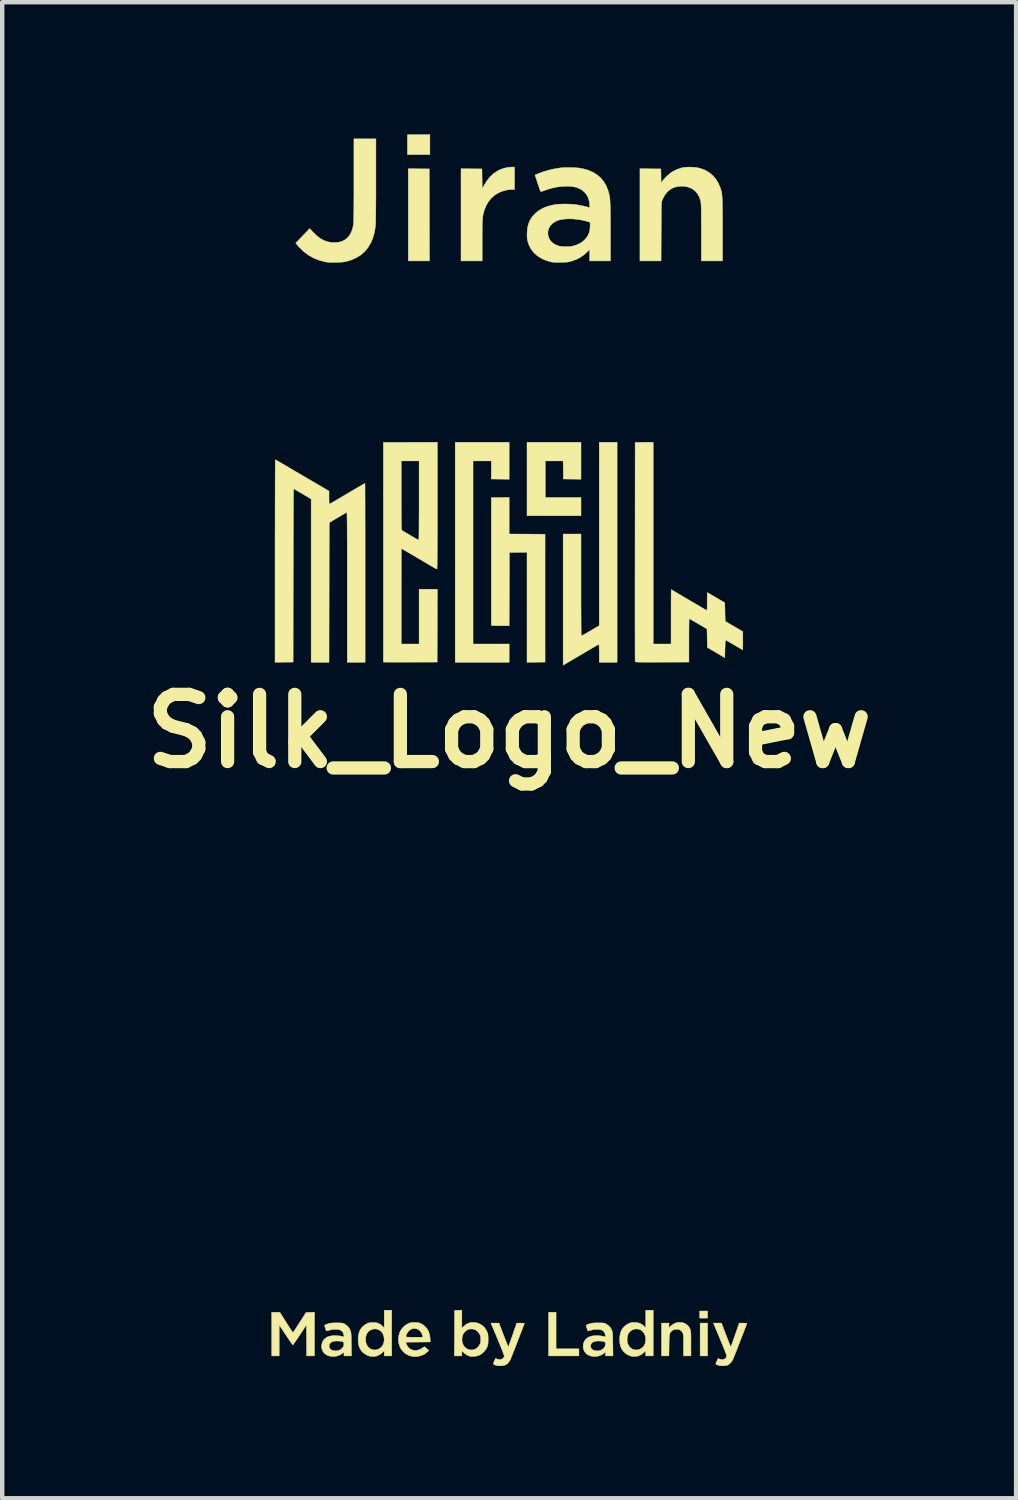
<source format=kicad_pcb>
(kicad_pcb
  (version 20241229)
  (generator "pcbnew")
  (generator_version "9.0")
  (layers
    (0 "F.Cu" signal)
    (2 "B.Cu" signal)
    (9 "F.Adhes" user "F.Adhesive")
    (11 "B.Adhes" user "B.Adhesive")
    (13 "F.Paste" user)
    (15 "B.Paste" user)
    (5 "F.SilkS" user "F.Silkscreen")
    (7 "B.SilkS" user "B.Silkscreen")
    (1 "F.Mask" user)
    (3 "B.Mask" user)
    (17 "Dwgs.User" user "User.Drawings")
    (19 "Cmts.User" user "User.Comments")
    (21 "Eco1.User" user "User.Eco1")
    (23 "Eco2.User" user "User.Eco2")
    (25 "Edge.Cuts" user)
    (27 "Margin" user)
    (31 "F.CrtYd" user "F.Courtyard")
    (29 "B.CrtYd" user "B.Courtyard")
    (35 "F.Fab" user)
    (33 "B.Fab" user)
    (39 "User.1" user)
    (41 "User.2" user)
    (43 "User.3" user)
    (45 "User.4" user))
  (footprint "Silk_Logo_New"
    (layer "F.Cu")
    (at 8.498 13.533)
    (property "Reference" "Silk_Logo_New" (at 0 0 0) (layer "F.SilkS") (effects (font (size 1.524 1.524) (thickness 0.3))))
    (attr through_hole)
    (fp_poly (pts (xy -1.798 -13.077) (xy -2.307 -13.077) (xy -2.307 -13.528) (xy -1.798 -13.528) (xy -1.798 -13.077)) (stroke (width 0.01) (type solid)) (fill yes) (layer "F.SilkS"))
    (fp_poly (pts (xy 4.5 13.312) (xy 4.321 13.312) (xy 4.321 13.152) (xy 4.5 13.152) (xy 4.5 13.312)) (stroke (width 0.01) (type solid)) (fill yes) (layer "F.SilkS"))
    (fp_poly (pts (xy 4.5 14.169) (xy 4.331 14.169) (xy 4.331 13.425) (xy 4.5 13.425) (xy 4.5 14.169)) (stroke (width 0.01) (type solid)) (fill yes) (layer "F.SilkS"))
    (fp_poly (pts (xy -2.05 -12.754) (xy -1.812 -12.752) (xy -1.81 -11.709) (xy -1.807 -10.666) (xy -2.288 -10.666) (xy -2.288 -12.757) (xy -2.05 -12.754)) (stroke (width 0.01) (type solid)) (fill yes) (layer "F.SilkS"))
    (fp_poly (pts (xy 1.064 14.009) (xy 1.582 14.009) (xy 1.582 14.169) (xy 0.894 14.169) (xy 0.894 13.18) (xy 1.064 13.18) (xy 1.064 14.009)) (stroke (width 0.01) (type solid)) (fill yes) (layer "F.SilkS"))
    (fp_poly (pts (xy 0 -5.714) (xy -0.407 -5.719) (xy -0.405 -5.924) (xy -0.404 -6.129) (xy -0.819 -6.129) (xy -0.819 -1.977) (xy 0 -1.977) (xy 0 -1.563) (xy -1.224 -1.563) (xy -1.224 -6.552) (xy 0 -6.552) (xy 0 -5.714)) (stroke (width 0.01) (type solid)) (fill yes) (layer "F.SilkS"))
    (fp_poly (pts (xy 1.629 -5.714) (xy 1.429 -5.717) (xy 1.229 -5.719) (xy 1.224 -6.129) (xy 0.819 -6.129) (xy 0.819 -5.3) (xy 1.629 -5.3) (xy 1.629 -4.886) (xy 0.405 -4.886) (xy 0.405 -6.552) (xy 1.629 -6.552) (xy 1.629 -5.714)) (stroke (width 0.01) (type solid)) (fill yes) (layer "F.SilkS"))
    (fp_poly (pts (xy 0 -4.472) (xy 0.407 -4.47) (xy 0.814 -4.467) (xy 0.814 -1.567) (xy 0.405 -1.562) (xy 0.405 -4.058) (xy 0.205 -4.055) (xy 0.005 -4.053) (xy -0.000103 -2.391) (xy -0.202 -2.391) (xy -0.275 -2.392) (xy -0.332 -2.393) (xy -0.374 -2.395) (xy -0.398 -2.398) (xy -0.405 -2.401) (xy -0.405 -2.411) (xy -0.405 -2.439) (xy -0.405 -2.484) (xy -0.405 -2.545) (xy -0.405 -2.62) (xy -0.405 -2.709) (xy -0.405 -2.811) (xy -0.405 -2.924) (xy -0.405 -3.048) (xy -0.405 -3.182) (xy -0.405 -3.324) (xy -0.405 -3.474) (xy -0.405 -3.63) (xy -0.405 -3.791) (xy -0.405 -3.853) (xy -0.405 -5.296) (xy -0.202 -5.298) (xy 0 -5.301) (xy 0 -4.472)) (stroke (width 0.01) (type solid)) (fill yes) (layer "F.SilkS"))
    (fp_poly (pts (xy 0.122 -12.286) (xy 0.061 -12.286) (xy -0.041 -12.277) (xy -0.145 -12.25) (xy -0.235 -12.214) (xy -0.325 -12.16) (xy -0.404 -12.091) (xy -0.471 -12.008) (xy -0.526 -11.911) (xy -0.564 -11.815) (xy -0.575 -11.782) (xy -0.583 -11.75) (xy -0.591 -11.717) (xy -0.596 -11.681) (xy -0.601 -11.64) (xy -0.605 -11.592) (xy -0.608 -11.536) (xy -0.61 -11.47) (xy -0.611 -11.391) (xy -0.612 -11.298) (xy -0.612 -11.19) (xy -0.612 -11.125) (xy -0.612 -10.666) (xy -1.092 -10.666) (xy -1.092 -12.757) (xy -0.854 -12.754) (xy -0.617 -12.752) (xy -0.614 -12.526) (xy -0.611 -12.3) (xy -0.57 -12.378) (xy -0.504 -12.484) (xy -0.429 -12.576) (xy -0.346 -12.652) (xy -0.256 -12.711) (xy -0.193 -12.741) (xy -0.13 -12.763) (xy -0.059 -12.78) (xy 0.011 -12.791) (xy 0.066 -12.794) (xy 0.122 -12.794) (xy 0.122 -12.286)) (stroke (width 0.01) (type solid)) (fill yes) (layer "F.SilkS"))
    (fp_poly (pts (xy -4.415 14.169) (xy -4.594 14.169) (xy -4.596 13.819) (xy -4.599 13.469) (xy -4.75 13.696) (xy -4.788 13.754) (xy -4.824 13.806) (xy -4.855 13.851) (xy -4.88 13.886) (xy -4.897 13.91) (xy -4.907 13.921) (xy -4.907 13.921) (xy -4.914 13.913) (xy -4.93 13.891) (xy -4.953 13.858) (xy -4.983 13.815) (xy -5.018 13.763) (xy -5.056 13.707) (xy -5.065 13.693) (xy -5.216 13.467) (xy -5.216 13.818) (xy -5.216 14.169) (xy -5.385 14.169) (xy -5.385 13.18) (xy -5.293 13.18) (xy -5.201 13.181) (xy -5.056 13.411) (xy -5.018 13.469) (xy -4.984 13.523) (xy -4.954 13.568) (xy -4.93 13.604) (xy -4.914 13.629) (xy -4.905 13.641) (xy -4.905 13.641) (xy -4.899 13.633) (xy -4.884 13.612) (xy -4.861 13.579) (xy -4.833 13.536) (xy -4.799 13.484) (xy -4.762 13.427) (xy -4.753 13.413) (xy -4.607 13.185) (xy -4.415 13.179) (xy -4.415 14.169)) (stroke (width 0.01) (type solid)) (fill yes) (layer "F.SilkS"))
    (fp_poly (pts (xy 3.918 13.411) (xy 3.977 13.429) (xy 4.029 13.46) (xy 4.072 13.503) (xy 4.103 13.559) (xy 4.104 13.563) (xy 4.11 13.579) (xy 4.114 13.595) (xy 4.118 13.615) (xy 4.12 13.64) (xy 4.122 13.673) (xy 4.123 13.716) (xy 4.123 13.772) (xy 4.123 13.843) (xy 4.123 13.891) (xy 4.123 14.169) (xy 3.954 14.169) (xy 3.954 13.926) (xy 3.954 13.852) (xy 3.954 13.794) (xy 3.953 13.75) (xy 3.951 13.717) (xy 3.949 13.693) (xy 3.946 13.675) (xy 3.942 13.66) (xy 3.936 13.647) (xy 3.933 13.641) (xy 3.904 13.601) (xy 3.866 13.576) (xy 3.817 13.565) (xy 3.801 13.564) (xy 3.745 13.571) (xy 3.699 13.593) (xy 3.675 13.615) (xy 3.662 13.63) (xy 3.652 13.646) (xy 3.644 13.665) (xy 3.638 13.69) (xy 3.634 13.723) (xy 3.631 13.766) (xy 3.629 13.822) (xy 3.627 13.894) (xy 3.627 13.931) (xy 3.623 14.169) (xy 3.455 14.169) (xy 3.455 13.425) (xy 3.625 13.425) (xy 3.625 13.53) (xy 3.677 13.483) (xy 3.733 13.442) (xy 3.794 13.417) (xy 3.856 13.407) (xy 3.918 13.411)) (stroke (width 0.01) (type solid)) (fill yes) (layer "F.SilkS"))
    (fp_poly (pts (xy 2.448 -1.563) (xy 2.043 -1.563) (xy 2.043 -1.765) (xy 2.043 -1.829) (xy 2.041 -1.883) (xy 2.04 -1.926) (xy 2.038 -1.954) (xy 2.035 -1.967) (xy 2.034 -1.968) (xy 2.027 -1.966) (xy 2.013 -1.959) (xy 1.991 -1.946) (xy 1.958 -1.928) (xy 1.913 -1.902) (xy 1.856 -1.868) (xy 1.784 -1.826) (xy 1.76 -1.812) (xy 1.667 -1.757) (xy 1.585 -1.709) (xy 1.512 -1.666) (xy 1.443 -1.625) (xy 1.417 -1.61) (xy 1.381 -1.589) (xy 1.35 -1.571) (xy 1.329 -1.558) (xy 1.323 -1.554) (xy 1.31 -1.546) (xy 1.286 -1.532) (xy 1.269 -1.522) (xy 1.224 -1.496) (xy 1.224 -4.472) (xy 1.629 -4.472) (xy 1.629 -3.319) (xy 1.629 -3.173) (xy 1.629 -3.033) (xy 1.629 -2.899) (xy 1.63 -2.772) (xy 1.63 -2.654) (xy 1.631 -2.546) (xy 1.631 -2.449) (xy 1.632 -2.365) (xy 1.633 -2.293) (xy 1.633 -2.236) (xy 1.634 -2.194) (xy 1.635 -2.169) (xy 1.636 -2.162) (xy 1.645 -2.166) (xy 1.669 -2.177) (xy 1.704 -2.196) (xy 1.749 -2.221) (xy 1.8 -2.251) (xy 1.843 -2.276) (xy 2.043 -2.393) (xy 2.043 -6.552) (xy 2.448 -6.552) (xy 2.448 -1.563)) (stroke (width 0.01) (type solid)) (fill yes) (layer "F.SilkS"))
    (fp_poly (pts (xy -2.664 14.169) (xy -2.834 14.169) (xy -2.834 14.052) (xy -2.878 14.096) (xy -2.938 14.142) (xy -3.005 14.172) (xy -3.077 14.184) (xy -3.151 14.178) (xy -3.173 14.173) (xy -3.224 14.153) (xy -3.276 14.123) (xy -3.321 14.087) (xy -3.347 14.059) (xy -3.382 14.006) (xy -3.406 13.951) (xy -3.419 13.888) (xy -3.425 13.819) (xy -3.425 13.801) (xy -3.257 13.801) (xy -3.25 13.867) (xy -3.228 13.924) (xy -3.195 13.971) (xy -3.152 14.006) (xy -3.102 14.028) (xy -3.047 14.035) (xy -2.989 14.026) (xy -2.96 14.014) (xy -2.907 13.98) (xy -2.868 13.933) (xy -2.844 13.875) (xy -2.834 13.806) (xy -2.834 13.795) (xy -2.842 13.728) (xy -2.863 13.67) (xy -2.896 13.622) (xy -2.939 13.586) (xy -2.989 13.564) (xy -3.044 13.556) (xy -3.102 13.565) (xy -3.142 13.581) (xy -3.191 13.615) (xy -3.227 13.662) (xy -3.249 13.722) (xy -3.257 13.795) (xy -3.257 13.801) (xy -3.425 13.801) (xy -3.422 13.724) (xy -3.405 13.641) (xy -3.374 13.57) (xy -3.329 13.511) (xy -3.269 13.462) (xy -3.221 13.436) (xy -3.189 13.422) (xy -3.16 13.415) (xy -3.125 13.411) (xy -3.088 13.411) (xy -3.023 13.415) (xy -2.97 13.429) (xy -2.922 13.454) (xy -2.877 13.491) (xy -2.834 13.531) (xy -2.834 13.133) (xy -2.664 13.133) (xy -2.664 14.169)) (stroke (width 0.01) (type solid)) (fill yes) (layer "F.SilkS"))
    (fp_poly (pts (xy 3.267 14.169) (xy 3.097 14.169) (xy 3.097 14.052) (xy 3.053 14.096) (xy 2.993 14.142) (xy 2.926 14.172) (xy 2.854 14.184) (xy 2.781 14.178) (xy 2.758 14.173) (xy 2.707 14.153) (xy 2.655 14.123) (xy 2.61 14.087) (xy 2.584 14.059) (xy 2.549 14.006) (xy 2.526 13.951) (xy 2.512 13.888) (xy 2.506 13.819) (xy 2.506 13.801) (xy 2.674 13.801) (xy 2.681 13.867) (xy 2.703 13.924) (xy 2.736 13.971) (xy 2.779 14.006) (xy 2.829 14.028) (xy 2.884 14.035) (xy 2.942 14.026) (xy 2.971 14.014) (xy 3.024 13.98) (xy 3.063 13.933) (xy 3.087 13.875) (xy 3.097 13.806) (xy 3.097 13.795) (xy 3.09 13.728) (xy 3.068 13.67) (xy 3.035 13.622) (xy 2.992 13.586) (xy 2.942 13.564) (xy 2.887 13.556) (xy 2.829 13.565) (xy 2.79 13.581) (xy 2.74 13.615) (xy 2.704 13.662) (xy 2.682 13.722) (xy 2.674 13.795) (xy 2.674 13.801) (xy 2.506 13.801) (xy 2.509 13.724) (xy 2.526 13.641) (xy 2.557 13.57) (xy 2.602 13.511) (xy 2.662 13.462) (xy 2.71 13.436) (xy 2.742 13.422) (xy 2.771 13.415) (xy 2.806 13.411) (xy 2.843 13.411) (xy 2.908 13.415) (xy 2.961 13.429) (xy 3.009 13.454) (xy 3.054 13.491) (xy 3.097 13.531) (xy 3.097 13.133) (xy 3.267 13.133) (xy 3.267 14.169)) (stroke (width 0.01) (type solid)) (fill yes) (layer "F.SilkS"))
    (fp_poly (pts (xy -3.022 -12.499) (xy -3.022 -12.318) (xy -3.022 -12.153) (xy -3.023 -12.005) (xy -3.024 -11.873) (xy -3.025 -11.759) (xy -3.026 -11.662) (xy -3.027 -11.583) (xy -3.029 -11.522) (xy -3.031 -11.48) (xy -3.032 -11.461) (xy -3.054 -11.319) (xy -3.09 -11.189) (xy -3.139 -11.073) (xy -3.201 -10.969) (xy -3.277 -10.878) (xy -3.366 -10.801) (xy -3.469 -10.737) (xy -3.584 -10.686) (xy -3.67 -10.66) (xy -3.709 -10.651) (xy -3.744 -10.644) (xy -3.782 -10.639) (xy -3.827 -10.636) (xy -3.883 -10.634) (xy -3.926 -10.633) (xy -4.011 -10.632) (xy -4.079 -10.634) (xy -4.133 -10.638) (xy -4.159 -10.642) (xy -4.3 -10.678) (xy -4.431 -10.729) (xy -4.551 -10.796) (xy -4.662 -10.879) (xy -4.764 -10.979) (xy -4.805 -11.027) (xy -4.841 -11.071) (xy -4.682 -11.235) (xy -4.524 -11.399) (xy -4.45 -11.32) (xy -4.366 -11.238) (xy -4.284 -11.175) (xy -4.2 -11.129) (xy -4.113 -11.098) (xy -4.021 -11.083) (xy -3.965 -11.081) (xy -3.871 -11.088) (xy -3.787 -11.111) (xy -3.715 -11.149) (xy -3.654 -11.202) (xy -3.604 -11.27) (xy -3.566 -11.353) (xy -3.539 -11.45) (xy -3.531 -11.499) (xy -3.529 -11.523) (xy -3.527 -11.566) (xy -3.526 -11.627) (xy -3.525 -11.706) (xy -3.523 -11.803) (xy -3.523 -11.918) (xy -3.522 -12.05) (xy -3.521 -12.199) (xy -3.521 -12.366) (xy -3.521 -12.503) (xy -3.521 -13.434) (xy -3.022 -13.434) (xy -3.022 -12.499)) (stroke (width 0.01) (type solid)) (fill yes) (layer "F.SilkS"))
    (fp_poly (pts (xy 0.304 13.426) (xy 0.331 13.428) (xy 0.344 13.432) (xy 0.346 13.437) (xy 0.341 13.448) (xy 0.331 13.474) (xy 0.315 13.515) (xy 0.295 13.567) (xy 0.271 13.63) (xy 0.243 13.701) (xy 0.214 13.778) (xy 0.195 13.826) (xy 0.164 13.907) (xy 0.134 13.985) (xy 0.106 14.056) (xy 0.081 14.119) (xy 0.06 14.172) (xy 0.044 14.212) (xy 0.034 14.238) (xy 0.031 14.245) (xy 0.002 14.296) (xy -0.036 14.34) (xy -0.078 14.371) (xy -0.089 14.377) (xy -0.125 14.387) (xy -0.172 14.393) (xy -0.222 14.394) (xy -0.269 14.39) (xy -0.301 14.382) (xy -0.335 14.369) (xy -0.353 14.359) (xy -0.359 14.345) (xy -0.353 14.323) (xy -0.338 14.289) (xy -0.309 14.227) (xy -0.277 14.24) (xy -0.227 14.253) (xy -0.183 14.25) (xy -0.146 14.231) (xy -0.118 14.198) (xy -0.118 14.197) (xy -0.115 14.192) (xy -0.113 14.186) (xy -0.112 14.18) (xy -0.113 14.171) (xy -0.116 14.158) (xy -0.121 14.14) (xy -0.129 14.117) (xy -0.141 14.086) (xy -0.156 14.047) (xy -0.175 13.999) (xy -0.199 13.94) (xy -0.228 13.869) (xy -0.263 13.786) (xy -0.303 13.688) (xy -0.35 13.576) (xy -0.401 13.456) (xy -0.413 13.425) (xy -0.322 13.425) (xy -0.231 13.425) (xy -0.127 13.698) (xy -0.101 13.764) (xy -0.078 13.825) (xy -0.057 13.877) (xy -0.04 13.919) (xy -0.027 13.948) (xy -0.019 13.962) (xy -0.018 13.963) (xy -0.014 13.953) (xy -0.004 13.927) (xy 0.01 13.888) (xy 0.028 13.838) (xy 0.049 13.779) (xy 0.072 13.714) (xy 0.08 13.691) (xy 0.172 13.425) (xy 0.261 13.425) (xy 0.304 13.426)) (stroke (width 0.01) (type solid)) (fill yes) (layer "F.SilkS"))
    (fp_poly (pts (xy 5.351 13.426) (xy 5.377 13.428) (xy 5.39 13.432) (xy 5.392 13.437) (xy 5.387 13.448) (xy 5.377 13.474) (xy 5.361 13.515) (xy 5.341 13.567) (xy 5.317 13.63) (xy 5.29 13.701) (xy 5.26 13.778) (xy 5.241 13.826) (xy 5.21 13.907) (xy 5.18 13.985) (xy 5.152 14.056) (xy 5.127 14.119) (xy 5.106 14.172) (xy 5.09 14.212) (xy 5.08 14.238) (xy 5.077 14.245) (xy 5.048 14.296) (xy 5.01 14.34) (xy 4.968 14.371) (xy 4.957 14.377) (xy 4.921 14.387) (xy 4.874 14.393) (xy 4.824 14.394) (xy 4.777 14.39) (xy 4.745 14.382) (xy 4.711 14.369) (xy 4.693 14.359) (xy 4.687 14.345) (xy 4.693 14.323) (xy 4.709 14.289) (xy 4.738 14.227) (xy 4.769 14.24) (xy 4.819 14.253) (xy 4.863 14.25) (xy 4.9 14.231) (xy 4.928 14.198) (xy 4.928 14.197) (xy 4.931 14.192) (xy 4.933 14.186) (xy 4.934 14.18) (xy 4.933 14.171) (xy 4.93 14.158) (xy 4.925 14.14) (xy 4.917 14.117) (xy 4.905 14.086) (xy 4.89 14.047) (xy 4.871 13.999) (xy 4.847 13.94) (xy 4.818 13.869) (xy 4.783 13.786) (xy 4.743 13.688) (xy 4.696 13.576) (xy 4.646 13.456) (xy 4.633 13.425) (xy 4.724 13.425) (xy 4.815 13.425) (xy 4.919 13.698) (xy 4.945 13.764) (xy 4.968 13.825) (xy 4.989 13.877) (xy 5.007 13.919) (xy 5.019 13.948) (xy 5.027 13.962) (xy 5.028 13.963) (xy 5.032 13.953) (xy 5.042 13.927) (xy 5.056 13.888) (xy 5.074 13.838) (xy 5.095 13.779) (xy 5.118 13.714) (xy 5.126 13.691) (xy 5.218 13.425) (xy 5.307 13.425) (xy 5.351 13.426)) (stroke (width 0.01) (type solid)) (fill yes) (layer "F.SilkS"))
    (fp_poly (pts (xy -1.073 13.542) (xy -1.029 13.498) (xy -0.974 13.453) (xy -0.917 13.425) (xy -0.854 13.41) (xy -0.847 13.409) (xy -0.772 13.41) (xy -0.699 13.429) (xy -0.633 13.463) (xy -0.574 13.511) (xy -0.527 13.572) (xy -0.497 13.631) (xy -0.488 13.657) (xy -0.481 13.684) (xy -0.478 13.715) (xy -0.476 13.756) (xy -0.476 13.797) (xy -0.477 13.849) (xy -0.479 13.888) (xy -0.484 13.918) (xy -0.491 13.945) (xy -0.498 13.964) (xy -0.528 14.02) (xy -0.571 14.074) (xy -0.621 14.12) (xy -0.674 14.152) (xy -0.675 14.153) (xy -0.728 14.17) (xy -0.786 14.181) (xy -0.843 14.183) (xy -0.887 14.178) (xy -0.955 14.152) (xy -1.013 14.111) (xy -1.026 14.099) (xy -1.046 14.079) (xy -1.061 14.067) (xy -1.066 14.065) (xy -1.07 14.074) (xy -1.073 14.096) (xy -1.073 14.117) (xy -1.073 14.169) (xy -1.243 14.169) (xy -1.241 13.792) (xy -1.071 13.792) (xy -1.065 13.854) (xy -1.046 13.912) (xy -1.014 13.963) (xy -0.999 13.978) (xy -0.949 14.014) (xy -0.893 14.032) (xy -0.834 14.034) (xy -0.776 14.018) (xy -0.748 14.003) (xy -0.705 13.968) (xy -0.674 13.924) (xy -0.659 13.895) (xy -0.65 13.869) (xy -0.646 13.841) (xy -0.645 13.801) (xy -0.645 13.797) (xy -0.646 13.756) (xy -0.65 13.727) (xy -0.658 13.701) (xy -0.672 13.673) (xy -0.674 13.67) (xy -0.711 13.618) (xy -0.754 13.583) (xy -0.805 13.563) (xy -0.842 13.558) (xy -0.897 13.56) (xy -0.943 13.575) (xy -0.986 13.604) (xy -1.009 13.626) (xy -1.044 13.674) (xy -1.064 13.731) (xy -1.071 13.792) (xy -1.241 13.792) (xy -1.24 13.653) (xy -1.238 13.138) (xy -1.073 13.132) (xy -1.073 13.542)) (stroke (width 0.01) (type solid)) (fill yes) (layer "F.SilkS"))
    (fp_poly (pts (xy -2.101 13.412) (xy -2.068 13.415) (xy -2.04 13.421) (xy -2.011 13.433) (xy -1.998 13.438) (xy -1.939 13.474) (xy -1.888 13.522) (xy -1.847 13.577) (xy -1.827 13.617) (xy -1.812 13.665) (xy -1.8 13.717) (xy -1.792 13.768) (xy -1.79 13.81) (xy -1.79 13.821) (xy -1.793 13.853) (xy -2.069 13.856) (xy -2.345 13.858) (xy -2.339 13.879) (xy -2.312 13.941) (xy -2.273 13.99) (xy -2.223 14.025) (xy -2.165 14.043) (xy -2.127 14.046) (xy -2.073 14.039) (xy -2.018 14.02) (xy -1.97 13.993) (xy -1.967 13.99) (xy -1.945 13.974) (xy -1.928 13.963) (xy -1.923 13.962) (xy -1.913 13.968) (xy -1.893 13.984) (xy -1.869 14.005) (xy -1.822 14.049) (xy -1.864 14.086) (xy -1.915 14.125) (xy -1.967 14.152) (xy -2.029 14.171) (xy -2.042 14.174) (xy -2.09 14.183) (xy -2.13 14.186) (xy -2.171 14.183) (xy -2.205 14.178) (xy -2.282 14.156) (xy -2.35 14.12) (xy -2.407 14.07) (xy -2.453 14.011) (xy -2.486 13.943) (xy -2.507 13.869) (xy -2.513 13.791) (xy -2.505 13.72) (xy -2.342 13.72) (xy -2.34 13.731) (xy -2.331 13.738) (xy -2.313 13.742) (xy -2.283 13.744) (xy -2.239 13.745) (xy -2.179 13.745) (xy -2.151 13.745) (xy -1.959 13.745) (xy -1.964 13.714) (xy -1.973 13.685) (xy -1.986 13.653) (xy -1.987 13.651) (xy -2.02 13.603) (xy -2.061 13.57) (xy -2.108 13.551) (xy -2.158 13.547) (xy -2.207 13.557) (xy -2.252 13.58) (xy -2.292 13.617) (xy -2.323 13.667) (xy -2.331 13.686) (xy -2.338 13.706) (xy -2.342 13.72) (xy -2.505 13.72) (xy -2.504 13.71) (xy -2.479 13.63) (xy -2.466 13.603) (xy -2.422 13.537) (xy -2.364 13.481) (xy -2.297 13.44) (xy -2.266 13.426) (xy -2.239 13.417) (xy -2.211 13.413) (xy -2.175 13.411) (xy -2.146 13.411) (xy -2.101 13.412)) (stroke (width 0.01) (type solid)) (fill yes) (layer "F.SilkS"))
    (fp_poly (pts (xy 4.138 -12.792) (xy 4.213 -12.787) (xy 4.28 -12.777) (xy 4.33 -12.766) (xy 4.438 -12.726) (xy 4.534 -12.671) (xy 4.618 -12.602) (xy 4.689 -12.519) (xy 4.747 -12.422) (xy 4.791 -12.316) (xy 4.8 -12.29) (xy 4.807 -12.264) (xy 4.814 -12.238) (xy 4.819 -12.209) (xy 4.824 -12.177) (xy 4.828 -12.139) (xy 4.831 -12.095) (xy 4.833 -12.043) (xy 4.835 -11.982) (xy 4.837 -11.91) (xy 4.838 -11.826) (xy 4.838 -11.729) (xy 4.839 -11.617) (xy 4.839 -11.488) (xy 4.839 -11.37) (xy 4.839 -10.666) (xy 4.359 -10.666) (xy 4.359 -11.309) (xy 4.359 -11.441) (xy 4.358 -11.555) (xy 4.358 -11.653) (xy 4.357 -11.737) (xy 4.356 -11.807) (xy 4.355 -11.864) (xy 4.354 -11.911) (xy 4.352 -11.948) (xy 4.35 -11.976) (xy 4.348 -11.998) (xy 4.345 -12.014) (xy 4.318 -12.105) (xy 4.276 -12.183) (xy 4.222 -12.248) (xy 4.155 -12.299) (xy 4.078 -12.335) (xy 3.99 -12.356) (xy 3.916 -12.361) (xy 3.819 -12.353) (xy 3.732 -12.329) (xy 3.654 -12.288) (xy 3.587 -12.232) (xy 3.53 -12.16) (xy 3.483 -12.073) (xy 3.471 -12.044) (xy 3.467 -12.033) (xy 3.464 -12.022) (xy 3.461 -12.01) (xy 3.458 -11.995) (xy 3.456 -11.975) (xy 3.455 -11.95) (xy 3.453 -11.918) (xy 3.452 -11.877) (xy 3.451 -11.827) (xy 3.45 -11.765) (xy 3.45 -11.691) (xy 3.449 -11.602) (xy 3.449 -11.498) (xy 3.448 -11.377) (xy 3.448 -11.328) (xy 3.445 -10.666) (xy 2.966 -10.666) (xy 2.966 -12.757) (xy 3.203 -12.754) (xy 3.441 -12.752) (xy 3.444 -12.593) (xy 3.446 -12.434) (xy 3.476 -12.475) (xy 3.506 -12.513) (xy 3.546 -12.556) (xy 3.591 -12.6) (xy 3.637 -12.64) (xy 3.678 -12.673) (xy 3.702 -12.689) (xy 3.807 -12.741) (xy 3.917 -12.777) (xy 3.938 -12.782) (xy 3.995 -12.789) (xy 4.064 -12.793) (xy 4.138 -12.792)) (stroke (width 0.01) (type solid)) (fill yes) (layer "F.SilkS"))
    (fp_poly (pts (xy -3.858 13.42) (xy -3.819 13.422) (xy -3.791 13.424) (xy -3.77 13.428) (xy -3.752 13.435) (xy -3.738 13.442) (xy -3.677 13.483) (xy -3.631 13.534) (xy -3.604 13.585) (xy -3.598 13.601) (xy -3.593 13.618) (xy -3.589 13.637) (xy -3.586 13.662) (xy -3.584 13.695) (xy -3.582 13.737) (xy -3.581 13.793) (xy -3.58 13.863) (xy -3.579 13.903) (xy -3.576 14.169) (xy -3.747 14.169) (xy -3.747 14.083) (xy -3.782 14.111) (xy -3.846 14.151) (xy -3.918 14.176) (xy -3.993 14.184) (xy -4.067 14.175) (xy -4.076 14.173) (xy -4.142 14.147) (xy -4.193 14.109) (xy -4.228 14.061) (xy -4.249 14.001) (xy -4.253 13.972) (xy -4.252 13.944) (xy -4.085 13.944) (xy -4.078 13.981) (xy -4.057 14.014) (xy -4.02 14.04) (xy -4.016 14.042) (xy -3.977 14.052) (xy -3.928 14.055) (xy -3.879 14.049) (xy -3.867 14.046) (xy -3.828 14.028) (xy -3.792 14) (xy -3.764 13.967) (xy -3.757 13.953) (xy -3.75 13.925) (xy -3.748 13.893) (xy -3.749 13.89) (xy -3.752 13.867) (xy -3.76 13.854) (xy -3.779 13.846) (xy -3.794 13.842) (xy -3.844 13.834) (xy -3.898 13.831) (xy -3.951 13.833) (xy -3.997 13.841) (xy -4.017 13.848) (xy -4.054 13.873) (xy -4.077 13.907) (xy -4.085 13.944) (xy -4.252 13.944) (xy -4.25 13.906) (xy -4.231 13.846) (xy -4.196 13.794) (xy -4.148 13.754) (xy -4.128 13.742) (xy -4.071 13.722) (xy -4.003 13.711) (xy -3.927 13.709) (xy -3.849 13.716) (xy -3.818 13.722) (xy -3.785 13.728) (xy -3.76 13.733) (xy -3.748 13.736) (xy -3.748 13.736) (xy -3.745 13.728) (xy -3.747 13.708) (xy -3.753 13.682) (xy -3.761 13.657) (xy -3.77 13.637) (xy -3.773 13.633) (xy -3.798 13.604) (xy -3.826 13.585) (xy -3.86 13.574) (xy -3.906 13.568) (xy -3.921 13.568) (xy -3.974 13.567) (xy -4.02 13.573) (xy -4.069 13.585) (xy -4.071 13.585) (xy -4.105 13.595) (xy -4.131 13.601) (xy -4.145 13.603) (xy -4.146 13.603) (xy -4.152 13.59) (xy -4.16 13.566) (xy -4.17 13.537) (xy -4.178 13.507) (xy -4.184 13.484) (xy -4.185 13.472) (xy -4.185 13.472) (xy -4.174 13.466) (xy -4.151 13.456) (xy -4.118 13.445) (xy -4.112 13.443) (xy -4.081 13.433) (xy -4.051 13.427) (xy -4.019 13.423) (xy -3.979 13.421) (xy -3.926 13.42) (xy -3.912 13.42) (xy -3.858 13.42)) (stroke (width 0.01) (type solid)) (fill yes) (layer "F.SilkS"))
    (fp_poly (pts (xy 2.073 13.42) (xy 2.112 13.422) (xy 2.14 13.424) (xy 2.161 13.428) (xy 2.179 13.435) (xy 2.194 13.442) (xy 2.254 13.483) (xy 2.3 13.534) (xy 2.327 13.585) (xy 2.334 13.601) (xy 2.338 13.618) (xy 2.342 13.637) (xy 2.345 13.662) (xy 2.347 13.695) (xy 2.349 13.737) (xy 2.35 13.793) (xy 2.351 13.863) (xy 2.352 13.903) (xy 2.355 14.169) (xy 2.184 14.169) (xy 2.184 14.083) (xy 2.149 14.111) (xy 2.085 14.151) (xy 2.013 14.176) (xy 1.938 14.184) (xy 1.864 14.175) (xy 1.855 14.173) (xy 1.789 14.147) (xy 1.738 14.109) (xy 1.703 14.061) (xy 1.682 14.001) (xy 1.678 13.972) (xy 1.679 13.944) (xy 1.846 13.944) (xy 1.853 13.981) (xy 1.874 14.014) (xy 1.911 14.04) (xy 1.915 14.042) (xy 1.954 14.052) (xy 2.003 14.055) (xy 2.052 14.049) (xy 2.064 14.046) (xy 2.103 14.028) (xy 2.139 14) (xy 2.167 13.967) (xy 2.174 13.953) (xy 2.181 13.925) (xy 2.183 13.893) (xy 2.182 13.89) (xy 2.179 13.867) (xy 2.171 13.854) (xy 2.152 13.846) (xy 2.137 13.842) (xy 2.088 13.834) (xy 2.033 13.831) (xy 1.98 13.833) (xy 1.934 13.841) (xy 1.914 13.848) (xy 1.877 13.873) (xy 1.854 13.907) (xy 1.846 13.944) (xy 1.679 13.944) (xy 1.681 13.906) (xy 1.7 13.846) (xy 1.735 13.794) (xy 1.783 13.754) (xy 1.803 13.742) (xy 1.86 13.722) (xy 1.928 13.711) (xy 2.004 13.709) (xy 2.082 13.716) (xy 2.114 13.722) (xy 2.146 13.728) (xy 2.171 13.733) (xy 2.183 13.736) (xy 2.183 13.736) (xy 2.186 13.728) (xy 2.184 13.708) (xy 2.178 13.682) (xy 2.17 13.657) (xy 2.161 13.637) (xy 2.158 13.633) (xy 2.133 13.604) (xy 2.106 13.585) (xy 2.071 13.574) (xy 2.025 13.568) (xy 2.01 13.568) (xy 1.957 13.567) (xy 1.911 13.573) (xy 1.862 13.585) (xy 1.86 13.585) (xy 1.826 13.595) (xy 1.8 13.601) (xy 1.786 13.603) (xy 1.785 13.603) (xy 1.779 13.59) (xy 1.771 13.566) (xy 1.761 13.537) (xy 1.753 13.507) (xy 1.748 13.484) (xy 1.746 13.472) (xy 1.746 13.472) (xy 1.757 13.466) (xy 1.78 13.456) (xy 1.813 13.445) (xy 1.819 13.443) (xy 1.85 13.433) (xy 1.88 13.427) (xy 1.912 13.423) (xy 1.952 13.421) (xy 2.005 13.42) (xy 2.019 13.42) (xy 2.073 13.42)) (stroke (width 0.01) (type solid)) (fill yes) (layer "F.SilkS"))
    (fp_poly (pts (xy -1.629 -5.117) (xy -1.629 -4.954) (xy -1.629 -4.797) (xy -1.629 -4.645) (xy -1.629 -4.501) (xy -1.63 -4.365) (xy -1.63 -4.238) (xy -1.631 -4.121) (xy -1.631 -4.016) (xy -1.632 -3.923) (xy -1.633 -3.843) (xy -1.633 -3.778) (xy -1.634 -3.728) (xy -1.635 -3.695) (xy -1.636 -3.679) (xy -1.636 -3.678) (xy -1.647 -3.68) (xy -1.67 -3.691) (xy -1.701 -3.707) (xy -1.718 -3.718) (xy -1.762 -3.743) (xy -1.814 -3.774) (xy -1.873 -3.809) (xy -1.937 -3.847) (xy -2.005 -3.887) (xy -2.074 -3.928) (xy -2.142 -3.968) (xy -2.208 -4.006) (xy -2.27 -4.042) (xy -2.325 -4.074) (xy -2.372 -4.101) (xy -2.408 -4.123) (xy -2.433 -4.137) (xy -2.443 -4.142) (xy -2.444 -4.142) (xy -2.444 -4.133) (xy -2.445 -4.106) (xy -2.445 -4.063) (xy -2.446 -4.004) (xy -2.446 -3.931) (xy -2.446 -3.846) (xy -2.447 -3.748) (xy -2.447 -3.64) (xy -2.447 -3.523) (xy -2.448 -3.397) (xy -2.448 -3.264) (xy -2.448 -3.125) (xy -2.448 -3.06) (xy -2.448 -1.977) (xy -2.043 -1.977) (xy -2.043 -3.22) (xy -1.629 -3.22) (xy -1.631 -2.394) (xy -1.633 -1.567) (xy -2.243 -1.565) (xy -2.348 -1.565) (xy -2.448 -1.565) (xy -2.54 -1.565) (xy -2.623 -1.565) (xy -2.696 -1.565) (xy -2.757 -1.565) (xy -2.804 -1.566) (xy -2.836 -1.566) (xy -2.851 -1.567) (xy -2.853 -1.567) (xy -2.853 -1.577) (xy -2.853 -1.605) (xy -2.853 -1.65) (xy -2.853 -1.711) (xy -2.853 -1.789) (xy -2.853 -1.881) (xy -2.853 -1.987) (xy -2.853 -2.107) (xy -2.853 -2.239) (xy -2.853 -2.383) (xy -2.853 -2.539) (xy -2.853 -2.704) (xy -2.853 -2.879) (xy -2.853 -3.063) (xy -2.853 -3.255) (xy -2.853 -3.454) (xy -2.853 -3.659) (xy -2.853 -3.87) (xy -2.853 -4.06) (xy -2.853 -6.129) (xy -2.448 -6.129) (xy -2.448 -5.349) (xy -2.448 -5.207) (xy -2.448 -5.082) (xy -2.447 -4.975) (xy -2.447 -4.882) (xy -2.446 -4.804) (xy -2.446 -4.74) (xy -2.445 -4.687) (xy -2.444 -4.645) (xy -2.443 -4.612) (xy -2.441 -4.589) (xy -2.439 -4.572) (xy -2.437 -4.562) (xy -2.435 -4.558) (xy -2.434 -4.557) (xy -2.422 -4.549) (xy -2.397 -4.533) (xy -2.362 -4.512) (xy -2.319 -4.486) (xy -2.272 -4.459) (xy -2.224 -4.43) (xy -2.176 -4.402) (xy -2.132 -4.377) (xy -2.095 -4.355) (xy -2.067 -4.34) (xy -2.052 -4.332) (xy -2.05 -4.331) (xy -2.049 -4.34) (xy -2.048 -4.367) (xy -2.047 -4.41) (xy -2.046 -4.468) (xy -2.045 -4.539) (xy -2.045 -4.623) (xy -2.044 -4.718) (xy -2.044 -4.823) (xy -2.043 -4.936) (xy -2.043 -5.057) (xy -2.043 -5.184) (xy -2.043 -5.23) (xy -2.043 -6.129) (xy -2.448 -6.129) (xy -2.853 -6.129) (xy -2.853 -6.548) (xy -2.241 -6.55) (xy -1.629 -6.553) (xy -1.629 -5.117)) (stroke (width 0.01) (type solid)) (fill yes) (layer "F.SilkS"))
    (fp_poly (pts (xy -5.294 -6.152) (xy -5.271 -6.14) (xy -5.239 -6.121) (xy -5.199 -6.098) (xy -5.189 -6.092) (xy -5.14 -6.063) (xy -5.078 -6.027) (xy -5.007 -5.985) (xy -4.929 -5.939) (xy -4.845 -5.89) (xy -4.757 -5.838) (xy -4.669 -5.787) (xy -4.582 -5.735) (xy -4.498 -5.686) (xy -4.42 -5.641) (xy -4.35 -5.6) (xy -4.29 -5.565) (xy -4.242 -5.537) (xy -4.216 -5.521) (xy -4.086 -5.446) (xy -4.086 -5.298) (xy -4.086 -5.248) (xy -4.085 -5.204) (xy -4.083 -5.172) (xy -4.081 -5.153) (xy -4.08 -5.15) (xy -4.069 -5.154) (xy -4.047 -5.166) (xy -4.015 -5.184) (xy -3.983 -5.203) (xy -3.871 -5.269) (xy -3.766 -5.331) (xy -3.668 -5.389) (xy -3.578 -5.442) (xy -3.498 -5.489) (xy -3.428 -5.53) (xy -3.37 -5.564) (xy -3.324 -5.59) (xy -3.292 -5.609) (xy -3.274 -5.619) (xy -3.271 -5.62) (xy -3.27 -5.611) (xy -3.27 -5.584) (xy -3.27 -5.54) (xy -3.269 -5.479) (xy -3.269 -5.403) (xy -3.269 -5.312) (xy -3.268 -5.208) (xy -3.268 -5.091) (xy -3.268 -4.962) (xy -3.268 -4.822) (xy -3.267 -4.672) (xy -3.267 -4.512) (xy -3.267 -4.344) (xy -3.267 -4.168) (xy -3.267 -3.985) (xy -3.267 -3.796) (xy -3.267 -3.603) (xy -3.267 -1.563) (xy -3.672 -1.563) (xy -3.672 -3.262) (xy -3.672 -3.465) (xy -3.672 -3.658) (xy -3.672 -3.841) (xy -3.672 -4.012) (xy -3.673 -4.171) (xy -3.673 -4.317) (xy -3.674 -4.45) (xy -3.674 -4.569) (xy -3.675 -4.674) (xy -3.676 -4.763) (xy -3.677 -4.837) (xy -3.678 -4.894) (xy -3.678 -4.934) (xy -3.679 -4.957) (xy -3.68 -4.961) (xy -3.69 -4.957) (xy -3.714 -4.944) (xy -3.75 -4.924) (xy -3.795 -4.898) (xy -3.846 -4.868) (xy -3.885 -4.846) (xy -4.081 -4.73) (xy -4.086 -1.563) (xy -4.491 -1.563) (xy -4.491 -3.415) (xy -4.491 -5.267) (xy -4.684 -5.38) (xy -4.739 -5.412) (xy -4.788 -5.441) (xy -4.83 -5.465) (xy -4.862 -5.483) (xy -4.882 -5.494) (xy -4.886 -5.496) (xy -4.888 -5.487) (xy -4.889 -5.46) (xy -4.89 -5.414) (xy -4.891 -5.351) (xy -4.892 -5.27) (xy -4.892 -5.172) (xy -4.893 -5.057) (xy -4.894 -4.926) (xy -4.895 -4.779) (xy -4.895 -4.616) (xy -4.896 -4.437) (xy -4.897 -4.244) (xy -4.897 -4.035) (xy -4.897 -3.813) (xy -4.898 -3.576) (xy -4.898 -3.534) (xy -4.9 -1.567) (xy -5.105 -1.565) (xy -5.31 -1.562) (xy -5.31 -3.86) (xy -5.31 -4.066) (xy -5.31 -4.268) (xy -5.31 -4.464) (xy -5.309 -4.653) (xy -5.309 -4.835) (xy -5.309 -5.008) (xy -5.309 -5.173) (xy -5.308 -5.328) (xy -5.308 -5.472) (xy -5.308 -5.604) (xy -5.307 -5.725) (xy -5.307 -5.832) (xy -5.306 -5.926) (xy -5.306 -6.004) (xy -5.306 -6.068) (xy -5.305 -6.115) (xy -5.305 -6.145) (xy -5.304 -6.157) (xy -5.304 -6.157) (xy -5.294 -6.152)) (stroke (width 0.01) (type solid)) (fill yes) (layer "F.SilkS"))
    (fp_poly (pts (xy 3.267 -1.977) (xy 3.672 -1.977) (xy 3.672 -2.594) (xy 3.672 -2.7) (xy 3.672 -2.8) (xy 3.672 -2.892) (xy 3.673 -2.976) (xy 3.673 -3.05) (xy 3.674 -3.111) (xy 3.674 -3.16) (xy 3.675 -3.192) (xy 3.676 -3.209) (xy 3.676 -3.21) (xy 3.686 -3.206) (xy 3.707 -3.194) (xy 3.737 -3.176) (xy 3.749 -3.169) (xy 3.779 -3.151) (xy 3.822 -3.126) (xy 3.873 -3.096) (xy 3.928 -3.063) (xy 3.978 -3.034) (xy 4.042 -2.996) (xy 4.116 -2.952) (xy 4.192 -2.907) (xy 4.263 -2.866) (xy 4.299 -2.844) (xy 4.349 -2.815) (xy 4.395 -2.788) (xy 4.433 -2.767) (xy 4.46 -2.751) (xy 4.475 -2.744) (xy 4.475 -2.743) (xy 4.48 -2.743) (xy 4.484 -2.748) (xy 4.487 -2.76) (xy 4.489 -2.781) (xy 4.49 -2.814) (xy 4.49 -2.861) (xy 4.491 -2.924) (xy 4.491 -2.941) (xy 4.491 -3.001) (xy 4.491 -3.053) (xy 4.492 -3.096) (xy 4.493 -3.127) (xy 4.494 -3.143) (xy 4.494 -3.144) (xy 4.503 -3.14) (xy 4.525 -3.127) (xy 4.56 -3.107) (xy 4.604 -3.081) (xy 4.655 -3.052) (xy 4.694 -3.028) (xy 4.891 -2.912) (xy 4.895 -2.702) (xy 4.9 -2.492) (xy 5.1 -2.375) (xy 5.3 -2.257) (xy 5.3 -2.051) (xy 5.3 -1.991) (xy 5.3 -1.938) (xy 5.299 -1.894) (xy 5.298 -1.863) (xy 5.297 -1.847) (xy 5.296 -1.845) (xy 5.288 -1.85) (xy 5.265 -1.863) (xy 5.231 -1.882) (xy 5.187 -1.907) (xy 5.137 -1.937) (xy 5.109 -1.953) (xy 5.056 -1.984) (xy 5.008 -2.012) (xy 4.967 -2.036) (xy 4.935 -2.053) (xy 4.917 -2.062) (xy 4.913 -2.064) (xy 4.909 -2.062) (xy 4.905 -2.052) (xy 4.902 -2.032) (xy 4.9 -2.001) (xy 4.898 -1.956) (xy 4.896 -1.894) (xy 4.895 -1.866) (xy 4.891 -1.666) (xy 4.693 -1.783) (xy 4.495 -1.899) (xy 4.491 -2.109) (xy 4.486 -2.319) (xy 4.289 -2.435) (xy 4.234 -2.467) (xy 4.184 -2.496) (xy 4.142 -2.52) (xy 4.11 -2.538) (xy 4.09 -2.549) (xy 4.084 -2.551) (xy 4.083 -2.542) (xy 4.081 -2.516) (xy 4.08 -2.474) (xy 4.079 -2.419) (xy 4.078 -2.352) (xy 4.077 -2.275) (xy 4.077 -2.19) (xy 4.077 -2.098) (xy 4.077 -2.059) (xy 4.077 -1.567) (xy 3.469 -1.565) (xy 3.343 -1.565) (xy 3.233 -1.564) (xy 3.141 -1.564) (xy 3.064 -1.565) (xy 3.001 -1.565) (xy 2.951 -1.566) (xy 2.913 -1.567) (xy 2.886 -1.569) (xy 2.868 -1.571) (xy 2.859 -1.573) (xy 2.857 -1.574) (xy 2.857 -1.585) (xy 2.856 -1.613) (xy 2.856 -1.659) (xy 2.856 -1.721) (xy 2.855 -1.799) (xy 2.855 -1.891) (xy 2.855 -1.998) (xy 2.855 -2.119) (xy 2.855 -2.251) (xy 2.854 -2.396) (xy 2.854 -2.552) (xy 2.854 -2.718) (xy 2.854 -2.893) (xy 2.854 -3.077) (xy 2.854 -3.269) (xy 2.854 -3.468) (xy 2.855 -3.673) (xy 2.855 -3.884) (xy 2.855 -4.067) (xy 2.857 -6.548) (xy 3.267 -6.553) (xy 3.267 -1.977)) (stroke (width 0.01) (type solid)) (fill yes) (layer "F.SilkS"))
    (fp_poly (pts (xy 1.446 -12.781) (xy 1.52 -12.777) (xy 1.586 -12.772) (xy 1.64 -12.764) (xy 1.657 -12.761) (xy 1.783 -12.726) (xy 1.894 -12.679) (xy 1.991 -12.62) (xy 2.075 -12.548) (xy 2.145 -12.464) (xy 2.201 -12.367) (xy 2.245 -12.257) (xy 2.253 -12.229) (xy 2.261 -12.2) (xy 2.268 -12.172) (xy 2.274 -12.143) (xy 2.279 -12.111) (xy 2.284 -12.075) (xy 2.287 -12.034) (xy 2.29 -11.987) (xy 2.292 -11.931) (xy 2.294 -11.865) (xy 2.295 -11.788) (xy 2.296 -11.698) (xy 2.297 -11.594) (xy 2.297 -11.475) (xy 2.297 -11.338) (xy 2.297 -11.323) (xy 2.297 -10.666) (xy 1.826 -10.666) (xy 1.826 -10.924) (xy 1.763 -10.863) (xy 1.682 -10.793) (xy 1.598 -10.737) (xy 1.507 -10.693) (xy 1.415 -10.661) (xy 1.381 -10.651) (xy 1.35 -10.644) (xy 1.318 -10.639) (xy 1.28 -10.636) (xy 1.231 -10.634) (xy 1.172 -10.632) (xy 1.101 -10.632) (xy 1.044 -10.633) (xy 0.999 -10.636) (xy 0.962 -10.641) (xy 0.946 -10.644) (xy 0.831 -10.678) (xy 0.728 -10.724) (xy 0.637 -10.783) (xy 0.56 -10.853) (xy 0.497 -10.933) (xy 0.45 -11.024) (xy 0.418 -11.124) (xy 0.411 -11.167) (xy 0.406 -11.213) (xy 0.406 -11.266) (xy 0.406 -11.267) (xy 0.879 -11.267) (xy 0.895 -11.197) (xy 0.928 -11.134) (xy 0.976 -11.081) (xy 1.037 -11.039) (xy 1.112 -11.008) (xy 1.137 -11.001) (xy 1.19 -10.993) (xy 1.254 -10.988) (xy 1.323 -10.988) (xy 1.389 -10.993) (xy 1.443 -11.002) (xy 1.535 -11.03) (xy 1.618 -11.07) (xy 1.69 -11.122) (xy 1.749 -11.183) (xy 1.793 -11.253) (xy 1.822 -11.328) (xy 1.825 -11.342) (xy 1.831 -11.378) (xy 1.834 -11.422) (xy 1.836 -11.466) (xy 1.836 -11.541) (xy 1.775 -11.56) (xy 1.673 -11.587) (xy 1.567 -11.605) (xy 1.459 -11.617) (xy 1.354 -11.62) (xy 1.255 -11.615) (xy 1.167 -11.602) (xy 1.12 -11.59) (xy 1.044 -11.558) (xy 0.981 -11.515) (xy 0.932 -11.463) (xy 0.898 -11.403) (xy 0.88 -11.336) (xy 0.879 -11.267) (xy 0.406 -11.267) (xy 0.407 -11.31) (xy 0.417 -11.417) (xy 0.44 -11.511) (xy 0.477 -11.595) (xy 0.527 -11.672) (xy 0.592 -11.742) (xy 0.674 -11.808) (xy 0.768 -11.862) (xy 0.875 -11.904) (xy 0.995 -11.934) (xy 1.038 -11.942) (xy 1.103 -11.95) (xy 1.181 -11.954) (xy 1.267 -11.956) (xy 1.354 -11.954) (xy 1.438 -11.949) (xy 1.509 -11.942) (xy 1.561 -11.934) (xy 1.618 -11.924) (xy 1.677 -11.912) (xy 1.731 -11.899) (xy 1.777 -11.887) (xy 1.809 -11.876) (xy 1.81 -11.876) (xy 1.82 -11.875) (xy 1.825 -11.883) (xy 1.826 -11.904) (xy 1.826 -11.916) (xy 1.818 -12.01) (xy 1.794 -12.095) (xy 1.755 -12.17) (xy 1.701 -12.234) (xy 1.633 -12.285) (xy 1.553 -12.324) (xy 1.511 -12.337) (xy 1.421 -12.354) (xy 1.319 -12.36) (xy 1.208 -12.356) (xy 1.093 -12.342) (xy 0.976 -12.318) (xy 0.861 -12.285) (xy 0.802 -12.263) (xy 0.766 -12.25) (xy 0.736 -12.241) (xy 0.718 -12.237) (xy 0.714 -12.237) (xy 0.71 -12.248) (xy 0.7 -12.273) (xy 0.687 -12.311) (xy 0.67 -12.359) (xy 0.652 -12.413) (xy 0.647 -12.429) (xy 0.586 -12.614) (xy 0.634 -12.635) (xy 0.802 -12.697) (xy 0.977 -12.744) (xy 1.155 -12.775) (xy 1.167 -12.776) (xy 1.225 -12.781) (xy 1.294 -12.783) (xy 1.369 -12.783) (xy 1.446 -12.781)) (stroke (width 0.01) (type solid)) (fill yes) (layer "F.SilkS")))
  (gr_rect
    (start -3 -3)
    (end 19.996 30.932)
    (stroke (width 0.1) (type default))
    (fill no)
    (layer "Edge.Cuts")))
</source>
